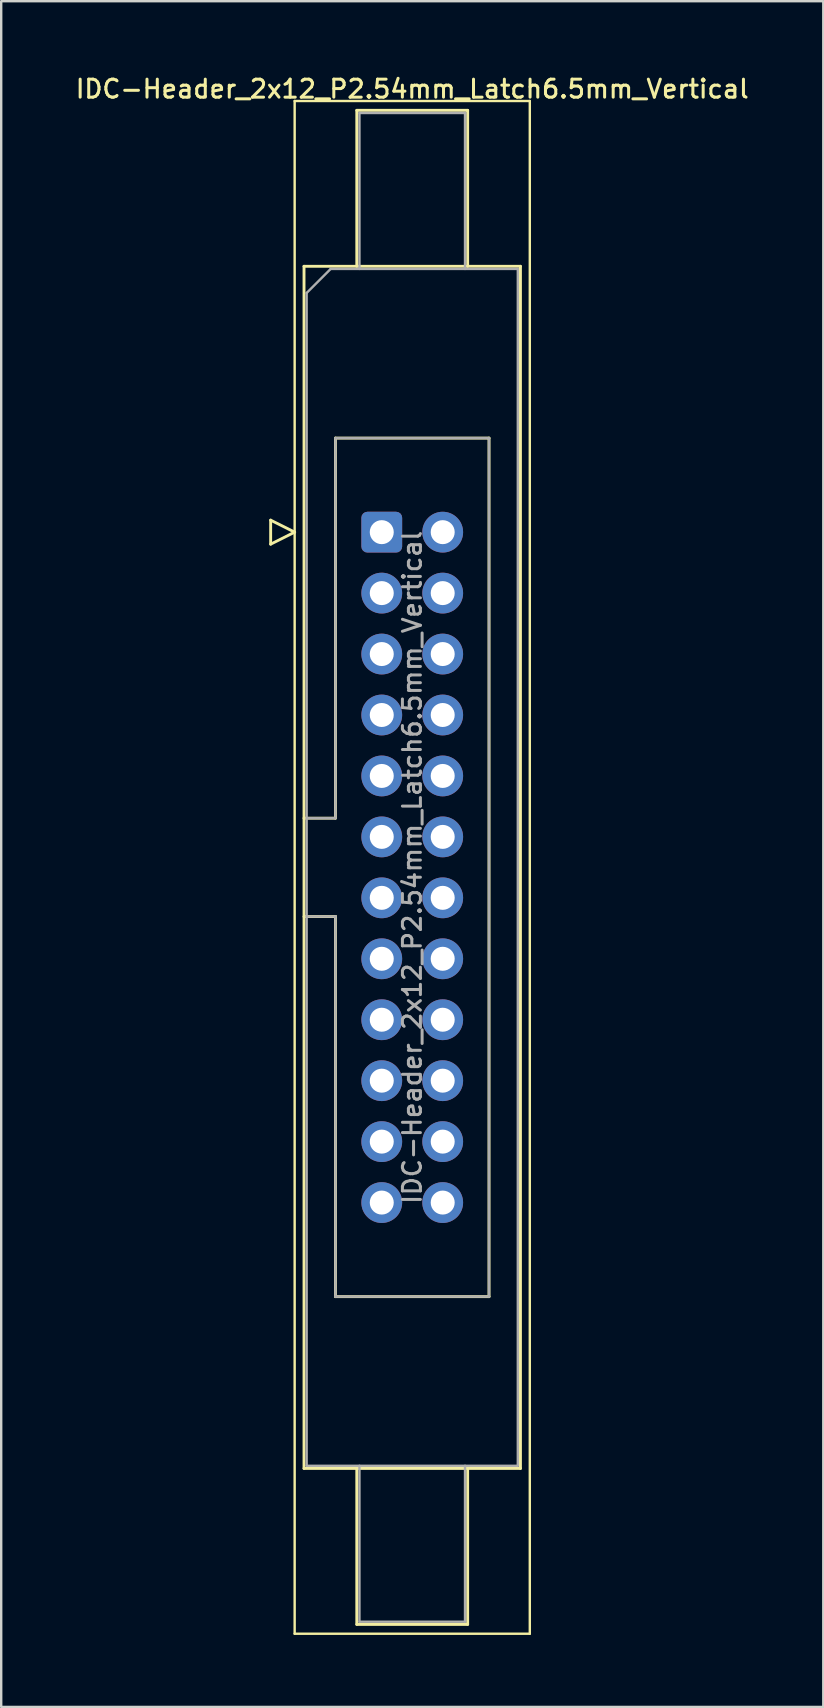
<source format=kicad_pcb>
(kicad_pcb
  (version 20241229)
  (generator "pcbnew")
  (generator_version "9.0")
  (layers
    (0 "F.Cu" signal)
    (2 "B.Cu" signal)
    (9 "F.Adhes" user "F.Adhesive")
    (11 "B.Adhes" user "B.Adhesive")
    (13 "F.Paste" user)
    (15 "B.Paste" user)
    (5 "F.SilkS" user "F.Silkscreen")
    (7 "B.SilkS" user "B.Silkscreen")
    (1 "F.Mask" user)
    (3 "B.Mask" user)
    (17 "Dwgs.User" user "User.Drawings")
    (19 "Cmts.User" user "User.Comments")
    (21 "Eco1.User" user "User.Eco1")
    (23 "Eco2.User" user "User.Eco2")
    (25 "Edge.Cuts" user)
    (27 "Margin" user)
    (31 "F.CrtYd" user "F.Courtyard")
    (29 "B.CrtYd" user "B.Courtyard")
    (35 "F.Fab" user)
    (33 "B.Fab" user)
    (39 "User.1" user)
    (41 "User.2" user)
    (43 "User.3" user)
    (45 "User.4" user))
  (footprint "IDC-Header_2x12_P2.54mm_Latch6.5mm_Vertical"
    (layer "F.Cu")
    (at 12.86 19.128)
    (property "Reference" "IDC-Header_2x12_P2.54mm_Latch6.5mm_Vertical" (at 1.27 -18.47 0) (layer "F.SilkS") (effects (font (size 0.75 0.75) (thickness 0.125))))
    (attr through_hole)
    (fp_line (start -4.63 -0.5) (end -4.63 0.5) (stroke (width 0.12) (type solid)) (layer "F.SilkS"))
    (fp_line (start -4.63 0.5) (end -3.63 0) (stroke (width 0.12) (type solid)) (layer "F.SilkS"))
    (fp_line (start -3.63 -17.97) (end -3.63 45.91) (stroke (width 0.1) (type solid)) (layer "F.SilkS"))
    (fp_line (start -3.63 0) (end -4.63 -0.5) (stroke (width 0.12) (type solid)) (layer "F.SilkS"))
    (fp_line (start -3.63 45.91) (end 6.17 45.91) (stroke (width 0.1) (type solid)) (layer "F.SilkS"))
    (fp_line (start -3.24 -11.08) (end 5.78 -11.08) (stroke (width 0.12) (type solid)) (layer "F.SilkS"))
    (fp_line (start -3.24 11.92) (end -1.93 11.92) (stroke (width 0.12) (type solid)) (layer "F.SilkS"))
    (fp_line (start -3.24 39.02) (end -3.24 -11.08) (stroke (width 0.12) (type solid)) (layer "F.SilkS"))
    (fp_line (start -1.93 -3.92) (end 4.47 -3.92) (stroke (width 0.12) (type solid)) (layer "F.SilkS"))
    (fp_line (start -1.93 11.92) (end -1.93 -3.92) (stroke (width 0.12) (type solid)) (layer "F.SilkS"))
    (fp_line (start -1.93 16.02) (end -3.24 16.02) (stroke (width 0.12) (type solid)) (layer "F.SilkS"))
    (fp_line (start -1.93 16.02) (end -1.93 16.02) (stroke (width 0.12) (type solid)) (layer "F.SilkS"))
    (fp_line (start -1.93 31.86) (end -1.93 16.02) (stroke (width 0.12) (type solid)) (layer "F.SilkS"))
    (fp_line (start -1.04 -17.58) (end 3.58 -17.58) (stroke (width 0.12) (type solid)) (layer "F.SilkS"))
    (fp_line (start -1.04 -11.08) (end -1.04 -17.58) (stroke (width 0.12) (type solid)) (layer "F.SilkS"))
    (fp_line (start -1.04 39.02) (end -1.04 45.52) (stroke (width 0.12) (type solid)) (layer "F.SilkS"))
    (fp_line (start -1.04 45.52) (end 3.58 45.52) (stroke (width 0.12) (type solid)) (layer "F.SilkS"))
    (fp_line (start 3.58 -17.58) (end 3.58 -11.08) (stroke (width 0.12) (type solid)) (layer "F.SilkS"))
    (fp_line (start 3.58 45.52) (end 3.58 39.02) (stroke (width 0.12) (type solid)) (layer "F.SilkS"))
    (fp_line (start 4.47 -3.92) (end 4.47 31.86) (stroke (width 0.12) (type solid)) (layer "F.SilkS"))
    (fp_line (start 4.47 31.86) (end -1.93 31.86) (stroke (width 0.12) (type solid)) (layer "F.SilkS"))
    (fp_line (start 5.78 -11.08) (end 5.78 39.02) (stroke (width 0.12) (type solid)) (layer "F.SilkS"))
    (fp_line (start 5.78 39.02) (end -3.24 39.02) (stroke (width 0.12) (type solid)) (layer "F.SilkS"))
    (fp_line (start 6.17 -17.97) (end -3.63 -17.97) (stroke (width 0.1) (type solid)) (layer "F.SilkS"))
    (fp_line (start 6.17 45.91) (end 6.17 -17.97) (stroke (width 0.1) (type solid)) (layer "F.SilkS"))
    (fp_line (start -3.13 -9.97) (end -2.13 -10.97) (stroke (width 0.1) (type solid)) (layer "F.Fab"))
    (fp_line (start -3.13 11.92) (end -1.93 11.92) (stroke (width 0.1) (type solid)) (layer "F.Fab"))
    (fp_line (start -3.13 38.91) (end -3.13 -9.97) (stroke (width 0.1) (type solid)) (layer "F.Fab"))
    (fp_line (start -2.13 -10.97) (end 5.67 -10.97) (stroke (width 0.1) (type solid)) (layer "F.Fab"))
    (fp_line (start -1.93 -3.92) (end 4.47 -3.92) (stroke (width 0.1) (type solid)) (layer "F.Fab"))
    (fp_line (start -1.93 11.92) (end -1.93 -3.92) (stroke (width 0.1) (type solid)) (layer "F.Fab"))
    (fp_line (start -1.93 16.02) (end -3.13 16.02) (stroke (width 0.1) (type solid)) (layer "F.Fab"))
    (fp_line (start -1.93 16.02) (end -1.93 16.02) (stroke (width 0.1) (type solid)) (layer "F.Fab"))
    (fp_line (start -1.93 31.86) (end -1.93 16.02) (stroke (width 0.1) (type solid)) (layer "F.Fab"))
    (fp_line (start -0.93 -17.47) (end 3.47 -17.47) (stroke (width 0.1) (type solid)) (layer "F.Fab"))
    (fp_line (start -0.93 -10.97) (end -0.93 -17.47) (stroke (width 0.1) (type solid)) (layer "F.Fab"))
    (fp_line (start -0.93 38.91) (end -0.93 45.41) (stroke (width 0.1) (type solid)) (layer "F.Fab"))
    (fp_line (start -0.93 45.41) (end 3.47 45.41) (stroke (width 0.1) (type solid)) (layer "F.Fab"))
    (fp_line (start 3.47 -17.47) (end 3.47 -10.97) (stroke (width 0.1) (type solid)) (layer "F.Fab"))
    (fp_line (start 3.47 45.41) (end 3.47 38.91) (stroke (width 0.1) (type solid)) (layer "F.Fab"))
    (fp_line (start 4.47 -3.92) (end 4.47 31.86) (stroke (width 0.1) (type solid)) (layer "F.Fab"))
    (fp_line (start 4.47 31.86) (end -1.93 31.86) (stroke (width 0.1) (type solid)) (layer "F.Fab"))
    (fp_line (start 5.67 -10.97) (end 5.67 38.91) (stroke (width 0.1) (type solid)) (layer "F.Fab"))
    (fp_line (start 5.67 38.91) (end -3.13 38.91) (stroke (width 0.1) (type solid)) (layer "F.Fab"))
    (fp_text user "${REFERENCE}" (at 1.27 13.97 90) (layer "F.Fab") (effects (font (size 0.75 0.75) (thickness 0.125))))
    (pad "1" thru_hole roundrect (at 0 0) (size 1.7 1.7) (drill 1) (layers "*.Cu" "*.Mask") (roundrect_rratio 0.147))
    (pad "2" thru_hole circle (at 2.54 0) (size 1.7 1.7) (drill 1) (layers "*.Cu" "*.Mask"))
    (pad "3" thru_hole circle (at 0 2.54) (size 1.7 1.7) (drill 1) (layers "*.Cu" "*.Mask"))
    (pad "4" thru_hole circle (at 2.54 2.54) (size 1.7 1.7) (drill 1) (layers "*.Cu" "*.Mask"))
    (pad "5" thru_hole circle (at 0 5.08) (size 1.7 1.7) (drill 1) (layers "*.Cu" "*.Mask"))
    (pad "6" thru_hole circle (at 2.54 5.08) (size 1.7 1.7) (drill 1) (layers "*.Cu" "*.Mask"))
    (pad "7" thru_hole circle (at 0 7.62) (size 1.7 1.7) (drill 1) (layers "*.Cu" "*.Mask"))
    (pad "8" thru_hole circle (at 2.54 7.62) (size 1.7 1.7) (drill 1) (layers "*.Cu" "*.Mask"))
    (pad "9" thru_hole circle (at 0 10.16) (size 1.7 1.7) (drill 1) (layers "*.Cu" "*.Mask"))
    (pad "10" thru_hole circle (at 2.54 10.16) (size 1.7 1.7) (drill 1) (layers "*.Cu" "*.Mask"))
    (pad "11" thru_hole circle (at 0 12.7) (size 1.7 1.7) (drill 1) (layers "*.Cu" "*.Mask"))
    (pad "12" thru_hole circle (at 2.54 12.7) (size 1.7 1.7) (drill 1) (layers "*.Cu" "*.Mask"))
    (pad "13" thru_hole circle (at 0 15.24) (size 1.7 1.7) (drill 1) (layers "*.Cu" "*.Mask"))
    (pad "14" thru_hole circle (at 2.54 15.24) (size 1.7 1.7) (drill 1) (layers "*.Cu" "*.Mask"))
    (pad "15" thru_hole circle (at 0 17.78) (size 1.7 1.7) (drill 1) (layers "*.Cu" "*.Mask"))
    (pad "16" thru_hole circle (at 2.54 17.78) (size 1.7 1.7) (drill 1) (layers "*.Cu" "*.Mask"))
    (pad "17" thru_hole circle (at 0 20.32) (size 1.7 1.7) (drill 1) (layers "*.Cu" "*.Mask"))
    (pad "18" thru_hole circle (at 2.54 20.32) (size 1.7 1.7) (drill 1) (layers "*.Cu" "*.Mask"))
    (pad "19" thru_hole circle (at 0 22.86) (size 1.7 1.7) (drill 1) (layers "*.Cu" "*.Mask"))
    (pad "20" thru_hole circle (at 2.54 22.86) (size 1.7 1.7) (drill 1) (layers "*.Cu" "*.Mask"))
    (pad "21" thru_hole circle (at 0 25.4) (size 1.7 1.7) (drill 1) (layers "*.Cu" "*.Mask"))
    (pad "22" thru_hole circle (at 2.54 25.4) (size 1.7 1.7) (drill 1) (layers "*.Cu" "*.Mask"))
    (pad "23" thru_hole circle (at 0 27.94) (size 1.7 1.7) (drill 1) (layers "*.Cu" "*.Mask"))
    (pad "24" thru_hole circle (at 2.54 27.94) (size 1.7 1.7) (drill 1) (layers "*.Cu" "*.Mask")))
  (gr_rect
    (start -3 -3)
    (end 31.261 68.088)
    (stroke (width 0.1) (type default))
    (fill no)
    (layer "Edge.Cuts")))
</source>
